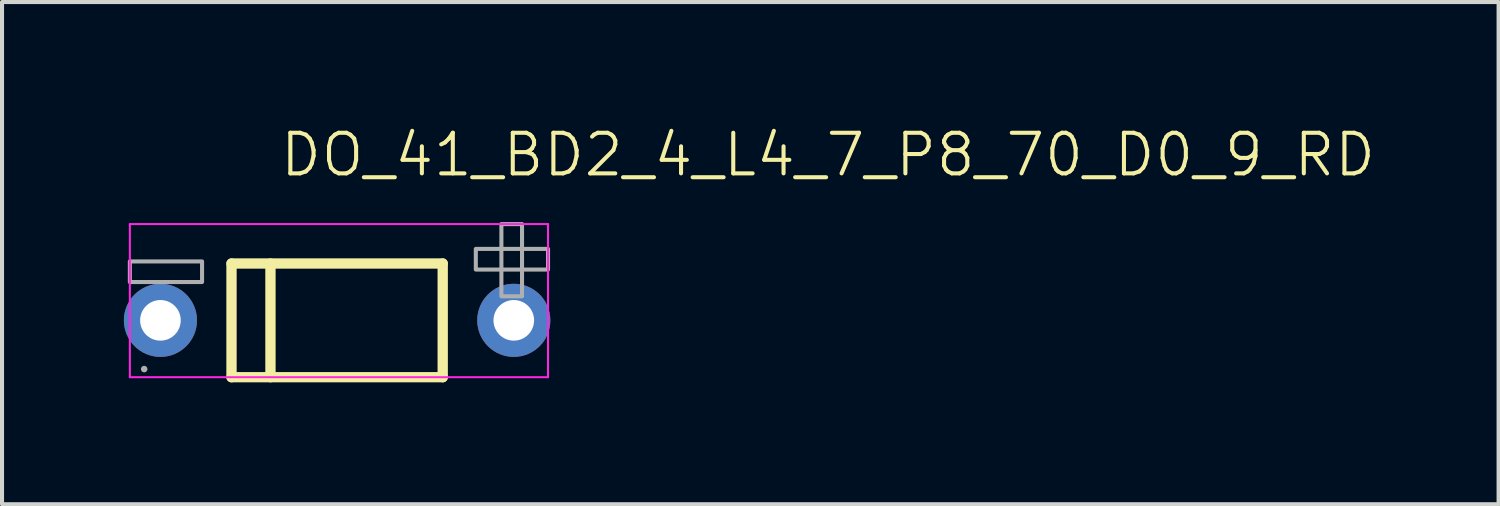
<source format=kicad_pcb>
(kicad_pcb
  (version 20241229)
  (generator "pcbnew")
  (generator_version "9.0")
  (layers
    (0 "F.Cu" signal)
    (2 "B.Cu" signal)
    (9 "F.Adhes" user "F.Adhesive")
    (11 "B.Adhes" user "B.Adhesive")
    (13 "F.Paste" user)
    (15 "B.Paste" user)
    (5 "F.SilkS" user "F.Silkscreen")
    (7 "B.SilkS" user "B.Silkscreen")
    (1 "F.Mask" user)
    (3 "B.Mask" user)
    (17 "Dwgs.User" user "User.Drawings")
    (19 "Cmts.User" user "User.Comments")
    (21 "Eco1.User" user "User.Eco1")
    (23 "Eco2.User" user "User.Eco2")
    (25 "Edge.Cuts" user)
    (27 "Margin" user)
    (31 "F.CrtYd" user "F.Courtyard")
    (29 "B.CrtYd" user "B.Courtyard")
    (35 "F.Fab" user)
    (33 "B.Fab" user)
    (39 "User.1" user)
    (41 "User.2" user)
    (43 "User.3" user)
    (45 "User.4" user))
  (footprint "DO_41_BD2_4_L4_7_P8_70_D0_9_RD"
    (layer "F.Cu")
    (at 5.295 4.352)
    (property "Reference" "DO_41_BD2_4_L4_7_P8_70_D0_9_RD" (at -1.5 -3.591 0) (layer "F.SilkS") (effects (font (size 1 1) (thickness 0.1)) (justify left)))
    (fp_line (start -2.645 -0.914) (end -2.645 1.885) (stroke (width 0.254) (type solid)) (layer "F.SilkS"))
    (fp_line (start -2.645 -0.914) (end 2.555 -0.914) (stroke (width 0.254) (type solid)) (layer "F.SilkS"))
    (fp_line (start -2.645 1.885) (end 2.555 1.885) (stroke (width 0.254) (type solid)) (layer "F.SilkS"))
    (fp_line (start -1.686 -0.914) (end -1.686 1.885) (stroke (width 0.254) (type solid)) (layer "F.SilkS"))
    (fp_line (start 2.555 -0.914) (end 2.555 1.885) (stroke (width 0.254) (type solid)) (layer "F.SilkS"))
    (fp_line (start -5.148 -1.885) (end -5.148 1.885) (stroke (width 0.05) (type solid)) (layer "F.CrtYd"))
    (fp_line (start -5.148 1.885) (end 5.148 1.885) (stroke (width 0.05) (type solid)) (layer "F.CrtYd"))
    (fp_line (start 5.148 -1.885) (end -5.148 -1.885) (stroke (width 0.05) (type solid)) (layer "F.CrtYd"))
    (fp_line (start 5.148 1.885) (end 5.148 -1.885) (stroke (width 0.05) (type solid)) (layer "F.CrtYd"))
    (fp_poly (pts (xy -5.148 -0.966) (xy -3.37 -0.966) (xy -3.37 -0.458) (xy -5.148 -0.458)) (stroke (width 0.1) (type solid)) (fill no) (layer "F.Fab"))
    (fp_poly (pts (xy 3.37 -1.274) (xy 5.148 -1.274) (xy 5.148 -0.765) (xy 3.37 -0.765)) (stroke (width 0.1) (type solid)) (fill no) (layer "F.Fab"))
    (fp_poly (pts (xy 4 -0.107) (xy 4 -1.885) (xy 4.508 -1.885) (xy 4.508 -0.107)) (stroke (width 0.1) (type solid)) (fill no) (layer "F.Fab"))
    (fp_poly (pts (xy -4.765 1.685) (xy -4.766 1.68) (xy -4.767 1.674) (xy -4.77 1.669) (xy -4.774 1.664) (xy -4.778 1.661) (xy -4.784 1.658) (xy -4.789 1.656) (xy -4.795 1.655) (xy -4.801 1.656) (xy -4.806 1.658) (xy -4.812 1.661) (xy -4.816 1.664) (xy -4.82 1.669) (xy -4.823 1.674) (xy -4.824 1.68) (xy -4.825 1.685) (xy -4.824 1.691) (xy -4.823 1.697) (xy -4.82 1.702) (xy -4.816 1.707) (xy -4.812 1.71) (xy -4.806 1.713) (xy -4.801 1.715) (xy -4.795 1.716) (xy -4.789 1.715) (xy -4.784 1.713) (xy -4.778 1.71) (xy -4.774 1.707) (xy -4.77 1.702) (xy -4.767 1.697) (xy -4.766 1.691)) (stroke (width 0.1) (type solid)) (fill no) (layer "F.Fab"))
    (pad "1" thru_hole circle (at -4.395 0.485) (size 1.8 1.8) (drill 1) (layers "*.Cu" "*.Mask"))
    (pad "2" thru_hole circle (at 4.305 0.485) (size 1.8 1.8) (drill 1) (layers "*.Cu" "*.Mask")))
  (gr_rect
    (start -3 -3)
    (end 33.847 9.364)
    (stroke (width 0.1) (type default))
    (fill no)
    (layer "Edge.Cuts")))
</source>
